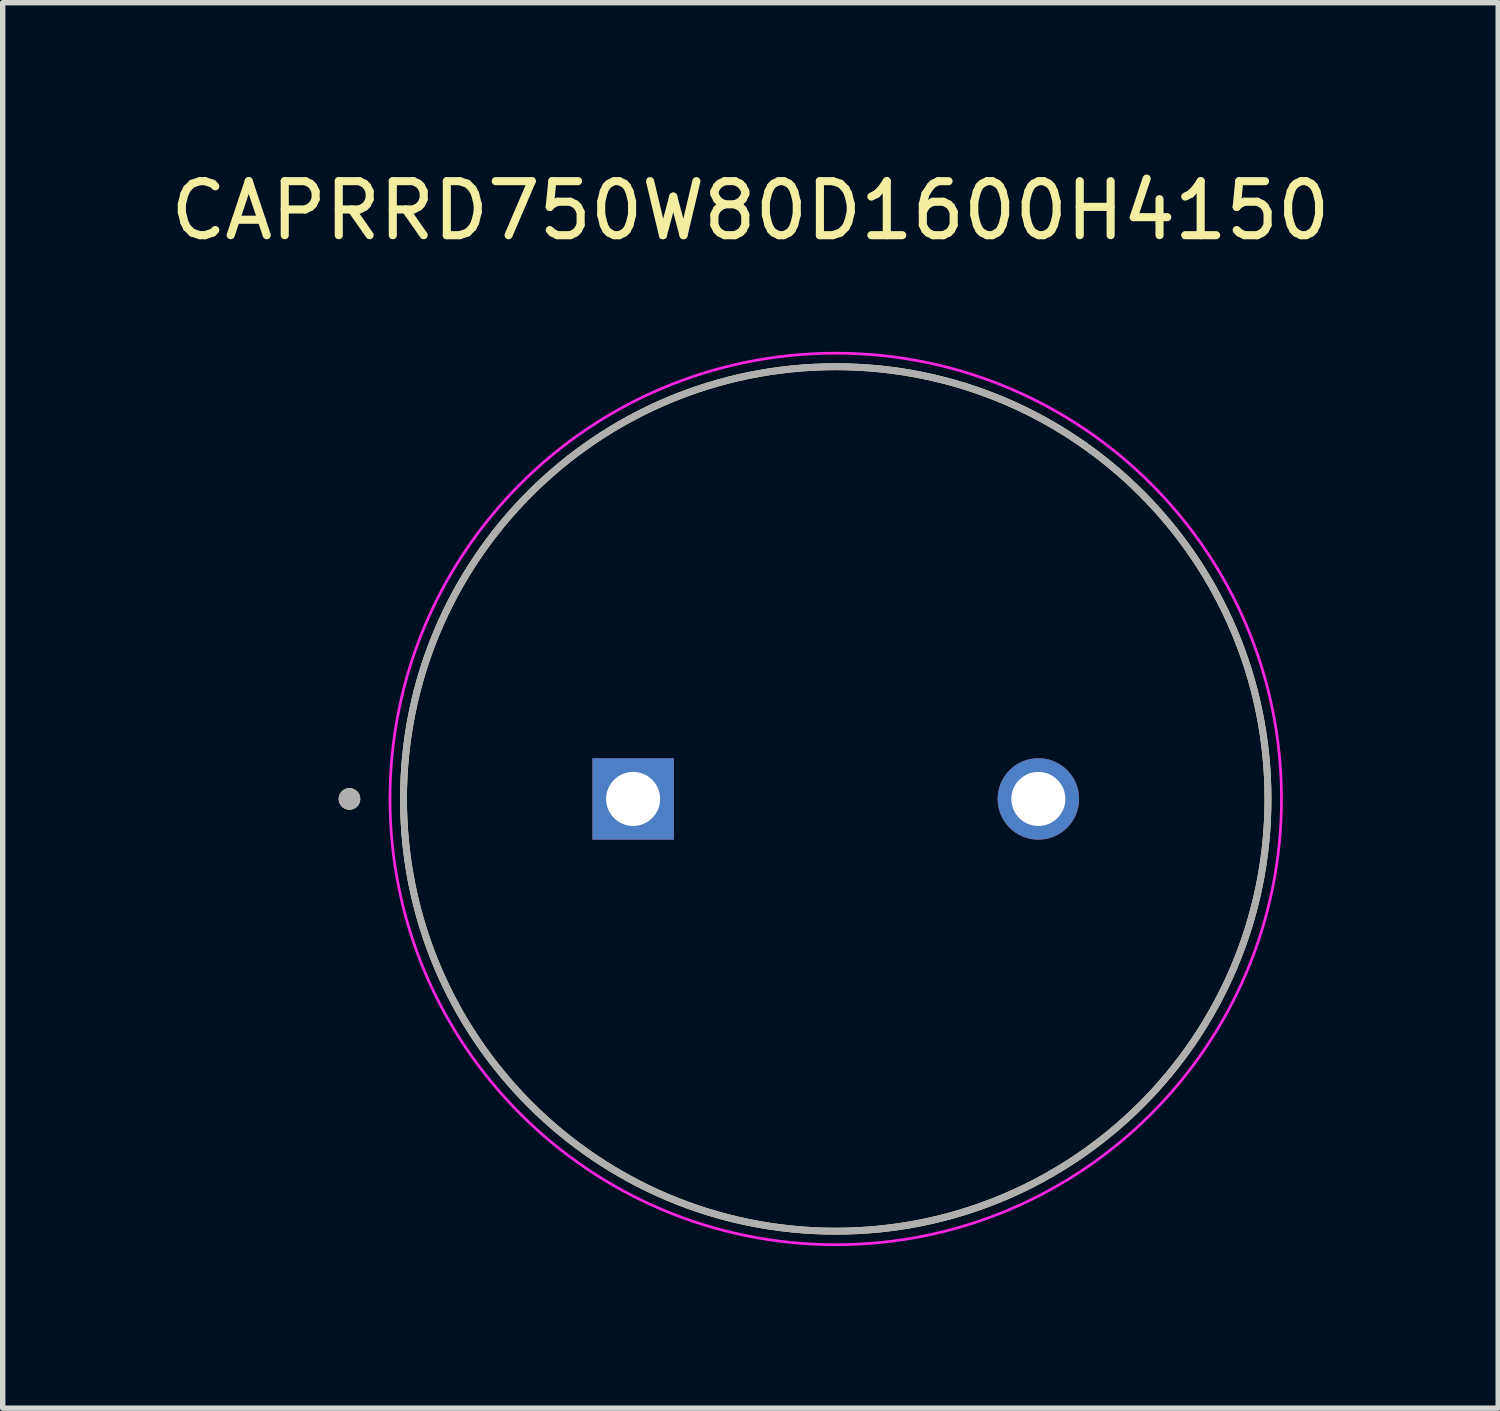
<source format=kicad_pcb>
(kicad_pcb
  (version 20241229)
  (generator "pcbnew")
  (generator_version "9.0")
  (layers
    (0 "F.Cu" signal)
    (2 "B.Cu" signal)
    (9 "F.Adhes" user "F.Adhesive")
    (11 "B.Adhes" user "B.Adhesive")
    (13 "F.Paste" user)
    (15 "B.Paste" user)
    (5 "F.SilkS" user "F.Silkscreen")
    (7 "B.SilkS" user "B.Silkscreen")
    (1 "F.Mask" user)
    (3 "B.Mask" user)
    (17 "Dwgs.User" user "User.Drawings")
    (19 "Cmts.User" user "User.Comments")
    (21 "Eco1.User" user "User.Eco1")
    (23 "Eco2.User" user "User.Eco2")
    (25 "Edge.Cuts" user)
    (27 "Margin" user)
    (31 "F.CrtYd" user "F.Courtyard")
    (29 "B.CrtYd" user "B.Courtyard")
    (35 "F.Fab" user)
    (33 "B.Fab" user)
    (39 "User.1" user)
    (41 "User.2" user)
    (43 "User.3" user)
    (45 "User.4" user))
  (footprint "CAPRRD750W80D1600H4150"
    (layer "F.Cu")
    (at 12.418 11.737)
    (property "Reference" "CAPRRD750W80D1600H4150" (at -1.579 -10.889 0) (layer "F.SilkS") (effects (font (size 1 1) (thickness 0.15))))
    (attr through_hole)
    (fp_circle (center -9 0) (end -8.9 0) (stroke (width 0.2) (type solid)) (fill no) (layer "F.SilkS"))
    (fp_circle (center 0 0) (end 8 0) (stroke (width 0.127) (type solid)) (fill no) (layer "F.SilkS"))
    (fp_circle (center 0 0) (end 8.25 0) (stroke (width 0.05) (type solid)) (fill no) (layer "F.CrtYd"))
    (fp_circle (center -9 0) (end -8.9 0) (stroke (width 0.2) (type solid)) (fill no) (layer "F.Fab"))
    (fp_circle (center 0 0) (end 8 0) (stroke (width 0.127) (type solid)) (fill no) (layer "F.Fab"))
    (pad "N" thru_hole circle (at 3.75 0) (size 1.508 1.508) (drill 1) (layers "*.Cu" "*.Mask"))
    (pad "P" thru_hole rect (at -3.75 0) (size 1.508 1.508) (drill 1) (layers "*.Cu" "*.Mask")))
  (gr_rect
    (start -3 -3)
    (end 24.679 23.012)
    (stroke (width 0.1) (type default))
    (fill no)
    (layer "Edge.Cuts")))
</source>
